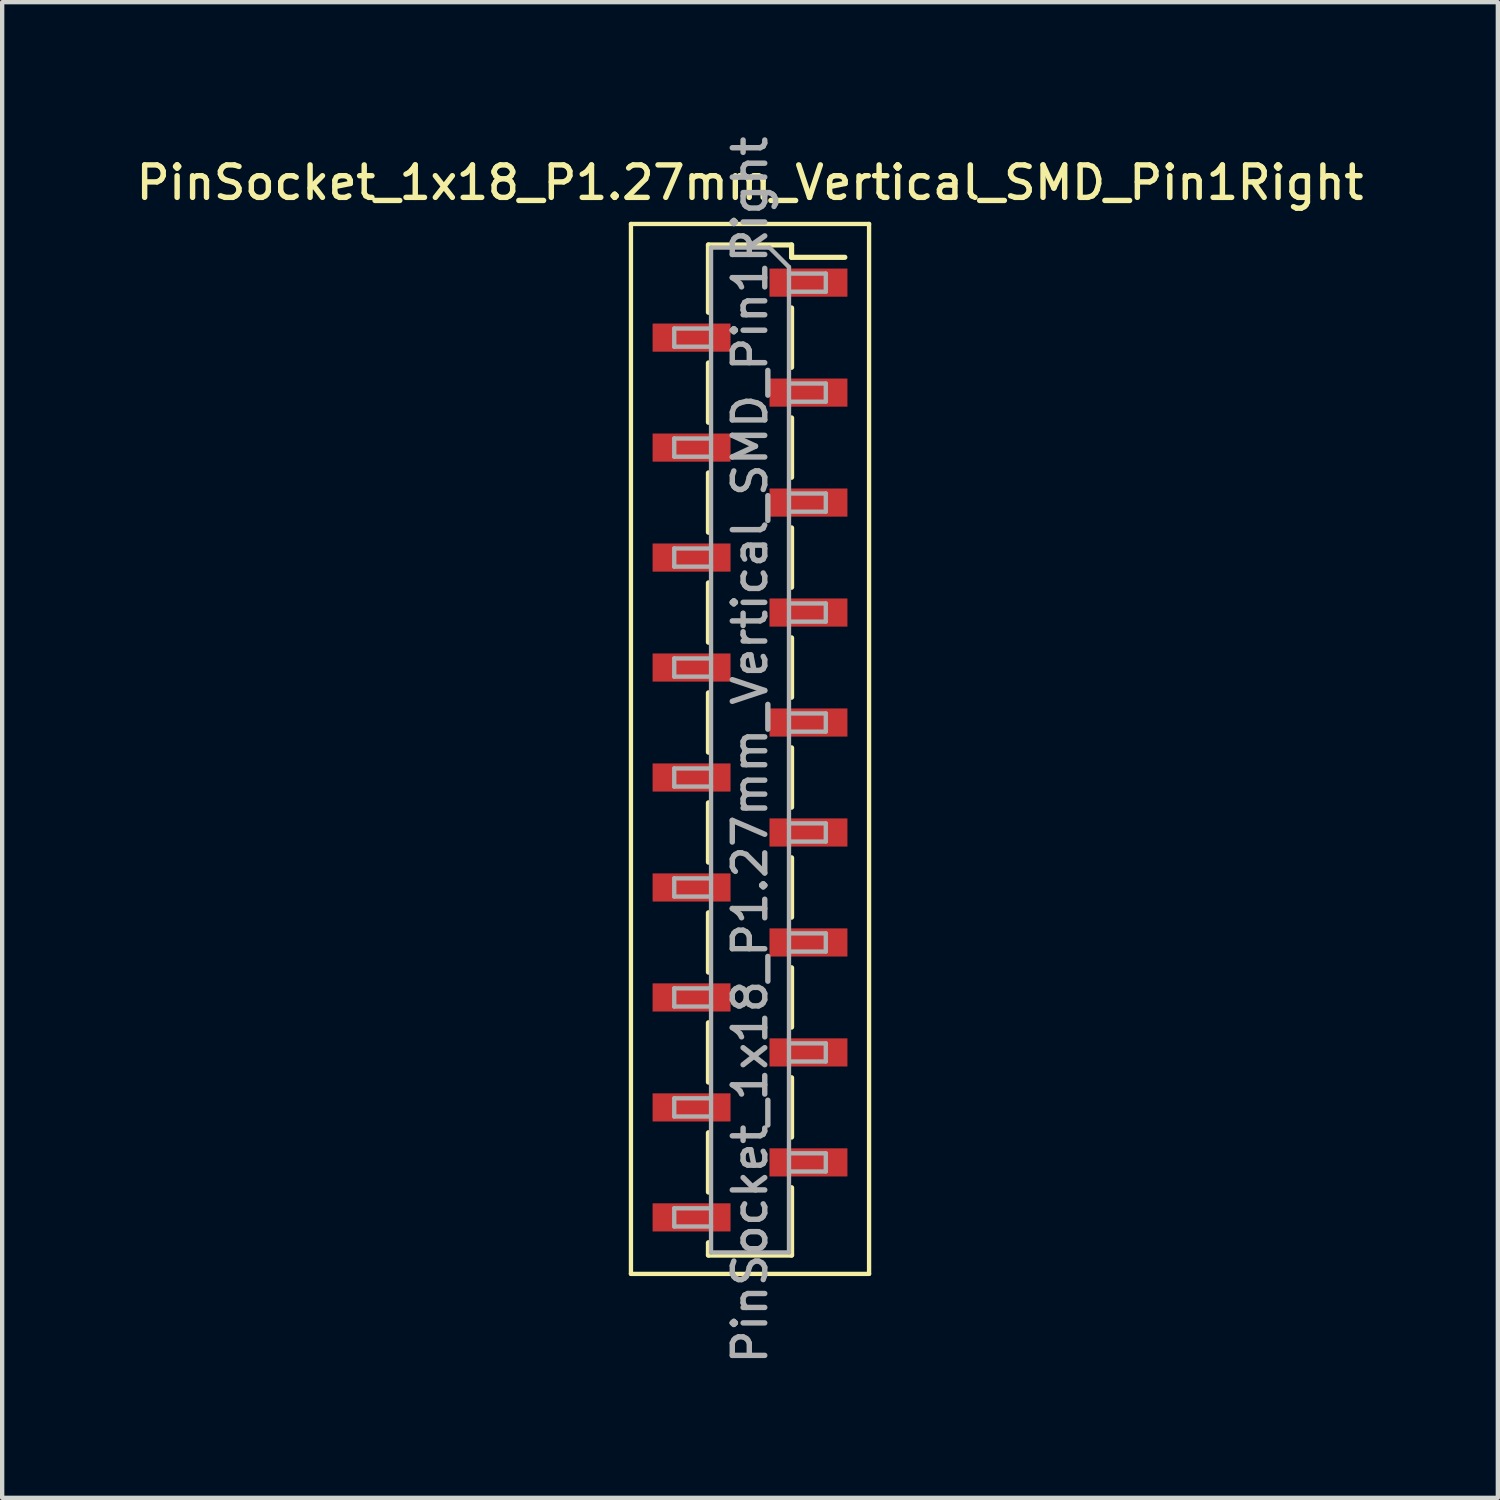
<source format=kicad_pcb>
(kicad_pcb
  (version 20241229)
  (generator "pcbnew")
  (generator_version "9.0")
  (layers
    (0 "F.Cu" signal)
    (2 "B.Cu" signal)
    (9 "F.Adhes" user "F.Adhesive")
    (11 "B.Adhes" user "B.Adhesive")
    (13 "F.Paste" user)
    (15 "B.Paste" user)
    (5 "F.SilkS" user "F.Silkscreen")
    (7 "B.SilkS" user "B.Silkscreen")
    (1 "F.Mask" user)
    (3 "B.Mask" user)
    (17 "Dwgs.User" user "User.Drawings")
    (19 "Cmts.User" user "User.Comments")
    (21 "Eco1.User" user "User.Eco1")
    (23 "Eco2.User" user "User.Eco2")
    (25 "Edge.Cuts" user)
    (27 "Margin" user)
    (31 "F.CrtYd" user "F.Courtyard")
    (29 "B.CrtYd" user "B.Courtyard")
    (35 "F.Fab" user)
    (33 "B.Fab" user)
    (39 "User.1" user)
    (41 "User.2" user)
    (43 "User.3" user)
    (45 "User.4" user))
  (footprint "PinSocket_1x18_P1.27mm_Vertical_SMD_Pin1Right"
    (layer "F.Cu")
    (at 14.273 14.273)
    (property "Reference" "PinSocket_1x18_P1.27mm_Vertical_SMD_Pin1Right" (at 0 -13.105 0) (layer "F.SilkS") (effects (font (size 0.75 0.75) (thickness 0.125))))
    (attr smd)
    (fp_line (start -2.75 -12.15) (end 2.75 -12.15) (stroke (width 0.1) (type solid)) (layer "F.SilkS"))
    (fp_line (start -2.75 12.1) (end -2.75 -12.15) (stroke (width 0.1) (type solid)) (layer "F.SilkS"))
    (fp_line (start -0.96 -11.665) (end -0.96 -10.11) (stroke (width 0.12) (type solid)) (layer "F.SilkS"))
    (fp_line (start -0.96 -11.665) (end 0.96 -11.665) (stroke (width 0.12) (type solid)) (layer "F.SilkS"))
    (fp_line (start -0.96 -8.94) (end -0.96 -7.57) (stroke (width 0.12) (type solid)) (layer "F.SilkS"))
    (fp_line (start -0.96 -6.4) (end -0.96 -5.03) (stroke (width 0.12) (type solid)) (layer "F.SilkS"))
    (fp_line (start -0.96 -3.86) (end -0.96 -2.49) (stroke (width 0.12) (type solid)) (layer "F.SilkS"))
    (fp_line (start -0.96 -1.32) (end -0.96 0.05) (stroke (width 0.12) (type solid)) (layer "F.SilkS"))
    (fp_line (start -0.96 1.22) (end -0.96 2.59) (stroke (width 0.12) (type solid)) (layer "F.SilkS"))
    (fp_line (start -0.96 3.76) (end -0.96 5.13) (stroke (width 0.12) (type solid)) (layer "F.SilkS"))
    (fp_line (start -0.96 6.3) (end -0.96 7.67) (stroke (width 0.12) (type solid)) (layer "F.SilkS"))
    (fp_line (start -0.96 8.84) (end -0.96 10.21) (stroke (width 0.12) (type solid)) (layer "F.SilkS"))
    (fp_line (start -0.96 11.38) (end -0.96 11.665) (stroke (width 0.12) (type solid)) (layer "F.SilkS"))
    (fp_line (start -0.96 11.665) (end 0.96 11.665) (stroke (width 0.12) (type solid)) (layer "F.SilkS"))
    (fp_line (start 0.96 -11.665) (end 0.96 -11.38) (stroke (width 0.12) (type solid)) (layer "F.SilkS"))
    (fp_line (start 0.96 -11.38) (end 2.19 -11.38) (stroke (width 0.12) (type solid)) (layer "F.SilkS"))
    (fp_line (start 0.96 -10.21) (end 0.96 -8.84) (stroke (width 0.12) (type solid)) (layer "F.SilkS"))
    (fp_line (start 0.96 -7.67) (end 0.96 -6.3) (stroke (width 0.12) (type solid)) (layer "F.SilkS"))
    (fp_line (start 0.96 -5.13) (end 0.96 -3.76) (stroke (width 0.12) (type solid)) (layer "F.SilkS"))
    (fp_line (start 0.96 -2.59) (end 0.96 -1.22) (stroke (width 0.12) (type solid)) (layer "F.SilkS"))
    (fp_line (start 0.96 -0.05) (end 0.96 1.32) (stroke (width 0.12) (type solid)) (layer "F.SilkS"))
    (fp_line (start 0.96 2.49) (end 0.96 3.86) (stroke (width 0.12) (type solid)) (layer "F.SilkS"))
    (fp_line (start 0.96 5.03) (end 0.96 6.4) (stroke (width 0.12) (type solid)) (layer "F.SilkS"))
    (fp_line (start 0.96 7.57) (end 0.96 8.94) (stroke (width 0.12) (type solid)) (layer "F.SilkS"))
    (fp_line (start 0.96 10.11) (end 0.96 11.665) (stroke (width 0.12) (type solid)) (layer "F.SilkS"))
    (fp_line (start 2.75 -12.15) (end 2.75 12.1) (stroke (width 0.1) (type solid)) (layer "F.SilkS"))
    (fp_line (start 2.75 12.1) (end -2.75 12.1) (stroke (width 0.1) (type solid)) (layer "F.SilkS"))
    (fp_line (start -1.75 -9.735) (end -0.9 -9.735) (stroke (width 0.1) (type solid)) (layer "F.Fab"))
    (fp_line (start -1.75 -9.315) (end -1.75 -9.735) (stroke (width 0.1) (type solid)) (layer "F.Fab"))
    (fp_line (start -1.75 -7.195) (end -0.9 -7.195) (stroke (width 0.1) (type solid)) (layer "F.Fab"))
    (fp_line (start -1.75 -6.775) (end -1.75 -7.195) (stroke (width 0.1) (type solid)) (layer "F.Fab"))
    (fp_line (start -1.75 -4.655) (end -0.9 -4.655) (stroke (width 0.1) (type solid)) (layer "F.Fab"))
    (fp_line (start -1.75 -4.235) (end -1.75 -4.655) (stroke (width 0.1) (type solid)) (layer "F.Fab"))
    (fp_line (start -1.75 -2.115) (end -0.9 -2.115) (stroke (width 0.1) (type solid)) (layer "F.Fab"))
    (fp_line (start -1.75 -1.695) (end -1.75 -2.115) (stroke (width 0.1) (type solid)) (layer "F.Fab"))
    (fp_line (start -1.75 0.425) (end -0.9 0.425) (stroke (width 0.1) (type solid)) (layer "F.Fab"))
    (fp_line (start -1.75 0.845) (end -1.75 0.425) (stroke (width 0.1) (type solid)) (layer "F.Fab"))
    (fp_line (start -1.75 2.965) (end -0.9 2.965) (stroke (width 0.1) (type solid)) (layer "F.Fab"))
    (fp_line (start -1.75 3.385) (end -1.75 2.965) (stroke (width 0.1) (type solid)) (layer "F.Fab"))
    (fp_line (start -1.75 5.505) (end -0.9 5.505) (stroke (width 0.1) (type solid)) (layer "F.Fab"))
    (fp_line (start -1.75 5.925) (end -1.75 5.505) (stroke (width 0.1) (type solid)) (layer "F.Fab"))
    (fp_line (start -1.75 8.045) (end -0.9 8.045) (stroke (width 0.1) (type solid)) (layer "F.Fab"))
    (fp_line (start -1.75 8.465) (end -1.75 8.045) (stroke (width 0.1) (type solid)) (layer "F.Fab"))
    (fp_line (start -1.75 10.585) (end -0.9 10.585) (stroke (width 0.1) (type solid)) (layer "F.Fab"))
    (fp_line (start -1.75 11.005) (end -1.75 10.585) (stroke (width 0.1) (type solid)) (layer "F.Fab"))
    (fp_line (start -0.9 -11.605) (end 0.45 -11.605) (stroke (width 0.1) (type solid)) (layer "F.Fab"))
    (fp_line (start -0.9 -9.315) (end -1.75 -9.315) (stroke (width 0.1) (type solid)) (layer "F.Fab"))
    (fp_line (start -0.9 -6.775) (end -1.75 -6.775) (stroke (width 0.1) (type solid)) (layer "F.Fab"))
    (fp_line (start -0.9 -4.235) (end -1.75 -4.235) (stroke (width 0.1) (type solid)) (layer "F.Fab"))
    (fp_line (start -0.9 -1.695) (end -1.75 -1.695) (stroke (width 0.1) (type solid)) (layer "F.Fab"))
    (fp_line (start -0.9 0.845) (end -1.75 0.845) (stroke (width 0.1) (type solid)) (layer "F.Fab"))
    (fp_line (start -0.9 3.385) (end -1.75 3.385) (stroke (width 0.1) (type solid)) (layer "F.Fab"))
    (fp_line (start -0.9 5.925) (end -1.75 5.925) (stroke (width 0.1) (type solid)) (layer "F.Fab"))
    (fp_line (start -0.9 8.465) (end -1.75 8.465) (stroke (width 0.1) (type solid)) (layer "F.Fab"))
    (fp_line (start -0.9 11.005) (end -1.75 11.005) (stroke (width 0.1) (type solid)) (layer "F.Fab"))
    (fp_line (start -0.9 11.605) (end -0.9 -11.605) (stroke (width 0.1) (type solid)) (layer "F.Fab"))
    (fp_line (start 0.45 -11.605) (end 0.9 -11.155) (stroke (width 0.1) (type solid)) (layer "F.Fab"))
    (fp_line (start 0.9 -11.155) (end 0.9 11.605) (stroke (width 0.1) (type solid)) (layer "F.Fab"))
    (fp_line (start 0.9 -11.005) (end 1.75 -11.005) (stroke (width 0.1) (type solid)) (layer "F.Fab"))
    (fp_line (start 0.9 -8.465) (end 1.75 -8.465) (stroke (width 0.1) (type solid)) (layer "F.Fab"))
    (fp_line (start 0.9 -5.925) (end 1.75 -5.925) (stroke (width 0.1) (type solid)) (layer "F.Fab"))
    (fp_line (start 0.9 -3.385) (end 1.75 -3.385) (stroke (width 0.1) (type solid)) (layer "F.Fab"))
    (fp_line (start 0.9 -0.845) (end 1.75 -0.845) (stroke (width 0.1) (type solid)) (layer "F.Fab"))
    (fp_line (start 0.9 1.695) (end 1.75 1.695) (stroke (width 0.1) (type solid)) (layer "F.Fab"))
    (fp_line (start 0.9 4.235) (end 1.75 4.235) (stroke (width 0.1) (type solid)) (layer "F.Fab"))
    (fp_line (start 0.9 6.775) (end 1.75 6.775) (stroke (width 0.1) (type solid)) (layer "F.Fab"))
    (fp_line (start 0.9 9.315) (end 1.75 9.315) (stroke (width 0.1) (type solid)) (layer "F.Fab"))
    (fp_line (start 0.9 11.605) (end -0.9 11.605) (stroke (width 0.1) (type solid)) (layer "F.Fab"))
    (fp_line (start 1.75 -11.005) (end 1.75 -10.585) (stroke (width 0.1) (type solid)) (layer "F.Fab"))
    (fp_line (start 1.75 -10.585) (end 0.9 -10.585) (stroke (width 0.1) (type solid)) (layer "F.Fab"))
    (fp_line (start 1.75 -8.465) (end 1.75 -8.045) (stroke (width 0.1) (type solid)) (layer "F.Fab"))
    (fp_line (start 1.75 -8.045) (end 0.9 -8.045) (stroke (width 0.1) (type solid)) (layer "F.Fab"))
    (fp_line (start 1.75 -5.925) (end 1.75 -5.505) (stroke (width 0.1) (type solid)) (layer "F.Fab"))
    (fp_line (start 1.75 -5.505) (end 0.9 -5.505) (stroke (width 0.1) (type solid)) (layer "F.Fab"))
    (fp_line (start 1.75 -3.385) (end 1.75 -2.965) (stroke (width 0.1) (type solid)) (layer "F.Fab"))
    (fp_line (start 1.75 -2.965) (end 0.9 -2.965) (stroke (width 0.1) (type solid)) (layer "F.Fab"))
    (fp_line (start 1.75 -0.845) (end 1.75 -0.425) (stroke (width 0.1) (type solid)) (layer "F.Fab"))
    (fp_line (start 1.75 -0.425) (end 0.9 -0.425) (stroke (width 0.1) (type solid)) (layer "F.Fab"))
    (fp_line (start 1.75 1.695) (end 1.75 2.115) (stroke (width 0.1) (type solid)) (layer "F.Fab"))
    (fp_line (start 1.75 2.115) (end 0.9 2.115) (stroke (width 0.1) (type solid)) (layer "F.Fab"))
    (fp_line (start 1.75 4.235) (end 1.75 4.655) (stroke (width 0.1) (type solid)) (layer "F.Fab"))
    (fp_line (start 1.75 4.655) (end 0.9 4.655) (stroke (width 0.1) (type solid)) (layer "F.Fab"))
    (fp_line (start 1.75 6.775) (end 1.75 7.195) (stroke (width 0.1) (type solid)) (layer "F.Fab"))
    (fp_line (start 1.75 7.195) (end 0.9 7.195) (stroke (width 0.1) (type solid)) (layer "F.Fab"))
    (fp_line (start 1.75 9.315) (end 1.75 9.735) (stroke (width 0.1) (type solid)) (layer "F.Fab"))
    (fp_line (start 1.75 9.735) (end 0.9 9.735) (stroke (width 0.1) (type solid)) (layer "F.Fab"))
    (fp_text user "${REFERENCE}" (at 0 0 90) (layer "F.Fab") (effects (font (size 0.75 0.75) (thickness 0.125))))
    (pad "1" smd rect (at 1.35 -10.795) (size 1.8 0.65) (layers "F.Cu" "F.Mask" "F.Paste"))
    (pad "2" smd rect (at -1.35 -9.525) (size 1.8 0.65) (layers "F.Cu" "F.Mask" "F.Paste"))
    (pad "3" smd rect (at 1.35 -8.255) (size 1.8 0.65) (layers "F.Cu" "F.Mask" "F.Paste"))
    (pad "4" smd rect (at -1.35 -6.985) (size 1.8 0.65) (layers "F.Cu" "F.Mask" "F.Paste"))
    (pad "5" smd rect (at 1.35 -5.715) (size 1.8 0.65) (layers "F.Cu" "F.Mask" "F.Paste"))
    (pad "6" smd rect (at -1.35 -4.445) (size 1.8 0.65) (layers "F.Cu" "F.Mask" "F.Paste"))
    (pad "7" smd rect (at 1.35 -3.175) (size 1.8 0.65) (layers "F.Cu" "F.Mask" "F.Paste"))
    (pad "8" smd rect (at -1.35 -1.905) (size 1.8 0.65) (layers "F.Cu" "F.Mask" "F.Paste"))
    (pad "9" smd rect (at 1.35 -0.635) (size 1.8 0.65) (layers "F.Cu" "F.Mask" "F.Paste"))
    (pad "10" smd rect (at -1.35 0.635) (size 1.8 0.65) (layers "F.Cu" "F.Mask" "F.Paste"))
    (pad "11" smd rect (at 1.35 1.905) (size 1.8 0.65) (layers "F.Cu" "F.Mask" "F.Paste"))
    (pad "12" smd rect (at -1.35 3.175) (size 1.8 0.65) (layers "F.Cu" "F.Mask" "F.Paste"))
    (pad "13" smd rect (at 1.35 4.445) (size 1.8 0.65) (layers "F.Cu" "F.Mask" "F.Paste"))
    (pad "14" smd rect (at -1.35 5.715) (size 1.8 0.65) (layers "F.Cu" "F.Mask" "F.Paste"))
    (pad "15" smd rect (at 1.35 6.985) (size 1.8 0.65) (layers "F.Cu" "F.Mask" "F.Paste"))
    (pad "16" smd rect (at -1.35 8.255) (size 1.8 0.65) (layers "F.Cu" "F.Mask" "F.Paste"))
    (pad "17" smd rect (at 1.35 9.525) (size 1.8 0.65) (layers "F.Cu" "F.Mask" "F.Paste"))
    (pad "18" smd rect (at -1.35 10.795) (size 1.8 0.65) (layers "F.Cu" "F.Mask" "F.Paste")))
  (gr_rect
    (start -3 -3)
    (end 31.546 31.546)
    (stroke (width 0.1) (type default))
    (fill no)
    (layer "Edge.Cuts")))
</source>
